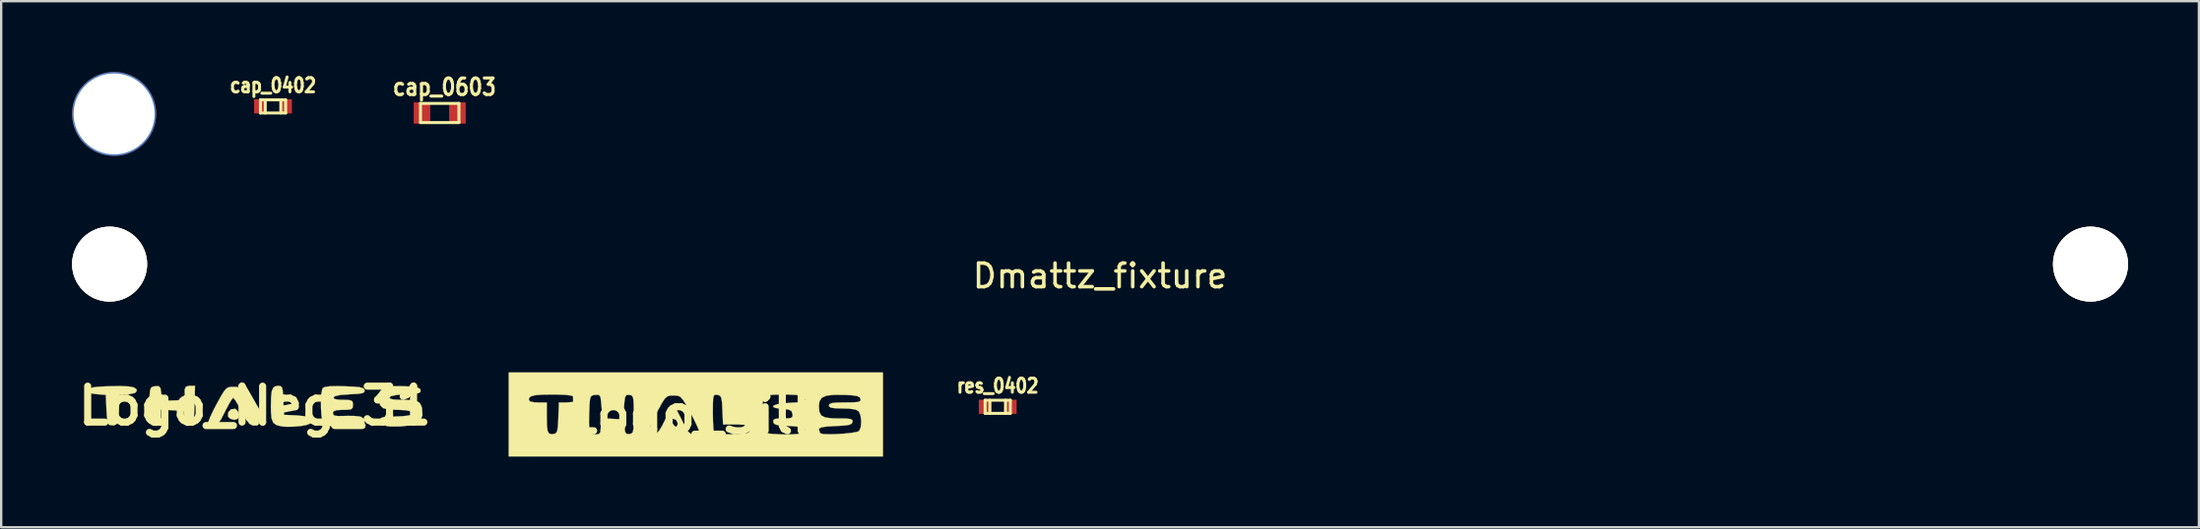
<source format=kicad_pcb>
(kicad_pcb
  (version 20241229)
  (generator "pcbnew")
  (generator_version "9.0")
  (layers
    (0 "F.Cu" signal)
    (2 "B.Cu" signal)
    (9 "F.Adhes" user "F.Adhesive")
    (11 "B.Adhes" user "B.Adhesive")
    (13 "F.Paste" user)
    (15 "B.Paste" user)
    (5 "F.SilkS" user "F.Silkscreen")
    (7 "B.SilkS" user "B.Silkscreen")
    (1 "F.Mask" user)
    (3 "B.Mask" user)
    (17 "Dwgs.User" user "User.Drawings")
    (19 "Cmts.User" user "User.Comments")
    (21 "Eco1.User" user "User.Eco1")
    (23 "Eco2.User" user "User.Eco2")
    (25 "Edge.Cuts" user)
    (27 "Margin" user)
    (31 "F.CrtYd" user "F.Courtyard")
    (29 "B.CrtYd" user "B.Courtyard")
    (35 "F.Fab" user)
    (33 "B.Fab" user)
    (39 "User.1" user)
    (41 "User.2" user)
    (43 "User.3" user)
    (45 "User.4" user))
  (footprint "Logo_Silk"
    (layer "F.Cu")
    (at 26.351 14.514)
    (property "Reference" "Logo_Silk" (at 0 0 0) (layer "F.SilkS") (effects (font (size 1.524 1.524) (thickness 0.3))))
    (attr through_hole)
    (fp_poly (pts (xy 7.959 1.778) (xy -7.874 1.778) (xy -7.874 -0.626) (xy -7.027 -0.626) (xy -6.965 -0.546) (xy -6.766 -0.511) (xy -6.646 -0.508) (xy -6.265 -0.508) (xy -6.265 0.113) (xy -6.259 0.473) (xy -6.231 0.695) (xy -6.17 0.806) (xy -6.063 0.837) (xy -5.972 0.829) (xy -5.884 0.799) (xy -5.829 0.717) (xy -5.798 0.547) (xy -5.783 0.319) (xy -4.479 0.319) (xy -4.468 0.589) (xy -4.427 0.748) (xy -4.349 0.824) (xy -4.224 0.846) (xy -4.194 0.847) (xy -4.056 0.829) (xy -3.995 0.744) (xy -3.979 0.544) (xy -3.979 0.504) (xy -3.979 0.161) (xy -3.493 0.186) (xy -3.006 0.212) (xy -2.979 0.534) (xy -2.948 0.745) (xy -2.881 0.828) (xy -2.767 0.831) (xy -2.681 0.808) (xy -2.651 0.775) (xy -1.982 0.775) (xy -1.871 0.832) (xy -1.747 0.847) (xy -1.632 0.815) (xy -1.518 0.702) (xy -1.383 0.479) (xy -1.334 0.381) (xy -1.101 0.381) (xy -1.075 0.543) (xy -0.968 0.583) (xy -0.91 0.577) (xy -0.751 0.493) (xy -0.72 0.381) (xy -0.789 0.23) (xy -0.91 0.185) (xy -1.051 0.195) (xy -1.098 0.313) (xy -1.101 0.381) (xy -1.334 0.381) (xy -1.266 0.247) (xy -1.123 -0.04) (xy -1.003 -0.262) (xy -0.929 -0.38) (xy -0.921 -0.388) (xy -0.862 -0.333) (xy -0.753 -0.157) (xy -0.615 0.106) (xy -0.564 0.212) (xy -0.405 0.532) (xy -0.285 0.724) (xy -0.18 0.819) (xy -0.066 0.846) (xy -0.052 0.847) (xy 0.124 0.823) (xy 0.2 0.781) (xy 0.179 0.684) (xy 0.09 0.474) (xy -0.05 0.184) (xy -0.17 -0.044) (xy -0.18 -0.062) (xy 0.762 -0.062) (xy 0.768 0.289) (xy 0.783 0.575) (xy 0.805 0.753) (xy 0.818 0.79) (xy 0.933 0.822) (xy 1.166 0.84) (xy 1.464 0.844) (xy 1.776 0.836) (xy 2.051 0.816) (xy 2.238 0.785) (xy 2.277 0.769) (xy 2.353 0.638) (xy 2.343 0.559) (xy 2.272 0.481) (xy 2.111 0.439) (xy 1.824 0.424) (xy 1.742 0.423) (xy 1.193 0.423) (xy 1.176 -0.000001) (xy 2.854 -0.000001) (xy 2.862 0.325) (xy 2.881 0.588) (xy 2.908 0.739) (xy 2.914 0.751) (xy 3.019 0.792) (xy 3.246 0.823) (xy 3.547 0.842) (xy 3.876 0.849) (xy 4.185 0.842) (xy 4.426 0.819) (xy 4.523 0.795) (xy 4.639 0.692) (xy 4.657 0.63) (xy 4.605 0.565) (xy 4.436 0.522) (xy 4.128 0.496) (xy 4.001 0.49) (xy 3.662 0.471) (xy 3.457 0.441) (xy 3.353 0.389) (xy 3.318 0.318) (xy 3.326 0.23) (xy 3.418 0.185) (xy 3.631 0.17) (xy 3.725 0.169) (xy 3.98 0.163) (xy 4.105 0.132) (xy 4.14 0.057) (xy 4.133 -0.021) (xy 4.092 -0.14) (xy 3.982 -0.203) (xy 3.756 -0.234) (xy 3.699 -0.238) (xy 3.426 -0.272) (xy 3.308 -0.322) (xy 3.325 -0.358) (xy 5.249 -0.358) (xy 5.269 -0.114) (xy 5.349 0.042) (xy 5.518 0.128) (xy 5.805 0.164) (xy 6.077 0.169) (xy 6.398 0.174) (xy 6.583 0.193) (xy 6.664 0.235) (xy 6.675 0.307) (xy 6.673 0.318) (xy 6.633 0.393) (xy 6.526 0.441) (xy 6.319 0.471) (xy 5.979 0.489) (xy 5.947 0.49) (xy 5.571 0.513) (xy 5.346 0.549) (xy 5.254 0.604) (xy 5.249 0.624) (xy 5.294 0.774) (xy 5.313 0.799) (xy 5.429 0.83) (xy 5.665 0.841) (xy 5.973 0.835) (xy 6.304 0.815) (xy 6.61 0.783) (xy 6.843 0.744) (xy 6.952 0.702) (xy 7.021 0.54) (xy 7.041 0.295) (xy 7.013 0.045) (xy 6.941 -0.129) (xy 6.804 -0.206) (xy 6.539 -0.246) (xy 6.255 -0.254) (xy 5.936 -0.262) (xy 5.755 -0.289) (xy 5.68 -0.344) (xy 5.673 -0.381) (xy 5.704 -0.446) (xy 5.82 -0.485) (xy 6.048 -0.504) (xy 6.356 -0.508) (xy 6.696 -0.512) (xy 6.898 -0.528) (xy 6.994 -0.565) (xy 7.015 -0.628) (xy 7.011 -0.656) (xy 6.969 -0.735) (xy 6.855 -0.784) (xy 6.636 -0.813) (xy 6.342 -0.829) (xy 5.884 -0.832) (xy 5.569 -0.796) (xy 5.374 -0.708) (xy 5.275 -0.56) (xy 5.249 -0.358) (xy 3.325 -0.358) (xy 3.335 -0.379) (xy 3.492 -0.434) (xy 3.77 -0.475) (xy 4.007 -0.49) (xy 4.362 -0.513) (xy 4.569 -0.551) (xy 4.653 -0.609) (xy 4.657 -0.63) (xy 4.623 -0.726) (xy 4.508 -0.791) (xy 4.285 -0.828) (xy 3.93 -0.845) (xy 3.681 -0.847) (xy 3.299 -0.835) (xy 3.035 -0.802) (xy 2.915 -0.752) (xy 2.914 -0.751) (xy 2.885 -0.624) (xy 2.864 -0.378) (xy 2.855 -0.06) (xy 2.854 -0.000001) (xy 1.176 -0.000001) (xy 1.168 -0.191) (xy 1.151 -0.509) (xy 1.122 -0.697) (xy 1.07 -0.79) (xy 0.982 -0.827) (xy 0.953 -0.831) (xy 0.864 -0.837) (xy 0.808 -0.801) (xy 0.778 -0.694) (xy 0.765 -0.485) (xy 0.762 -0.143) (xy 0.762 -0.062) (xy -0.18 -0.062) (xy -0.358 -0.387) (xy -0.491 -0.607) (xy -0.596 -0.732) (xy -0.7 -0.788) (xy -0.828 -0.804) (xy -0.904 -0.804) (xy -1.053 -0.799) (xy -1.165 -0.765) (xy -1.266 -0.676) (xy -1.381 -0.503) (xy -1.537 -0.22) (xy -1.627 -0.051) (xy -1.791 0.273) (xy -1.913 0.542) (xy -1.978 0.722) (xy -1.982 0.775) (xy -2.651 0.775) (xy -2.627 0.749) (xy -2.598 0.62) (xy -2.585 0.389) (xy -2.582 0.022) (xy -2.582 0) (xy -2.585 -0.374) (xy -2.597 -0.611) (xy -2.625 -0.744) (xy -2.678 -0.806) (xy -2.762 -0.83) (xy -2.767 -0.831) (xy -2.891 -0.824) (xy -2.952 -0.728) (xy -2.979 -0.534) (xy -3.006 -0.212) (xy -3.937 -0.212) (xy -3.964 -0.534) (xy -3.993 -0.743) (xy -4.059 -0.828) (xy -4.2 -0.833) (xy -4.218 -0.831) (xy -4.328 -0.811) (xy -4.397 -0.761) (xy -4.436 -0.644) (xy -4.456 -0.427) (xy -4.47 -0.092) (xy -4.479 0.319) (xy -5.783 0.319) (xy -5.779 0.253) (xy -5.775 0.148) (xy -5.75 -0.508) (xy -5.429 -0.508) (xy -5.157 -0.529) (xy -5.041 -0.594) (xy -5.073 -0.71) (xy -5.091 -0.733) (xy -5.211 -0.794) (xy -5.458 -0.831) (xy -5.851 -0.846) (xy -5.972 -0.847) (xy -6.423 -0.841) (xy -6.73 -0.819) (xy -6.916 -0.776) (xy -7.007 -0.708) (xy -7.027 -0.626) (xy -7.874 -0.626) (xy -7.874 -1.778) (xy 7.959 -1.778) (xy 7.959 1.778)) (stroke (width 0.01) (type solid)) (fill yes) (layer "F.SilkS")))
  (footprint "Logo_Neg_31"
    (layer "F.Cu")
    (at 7.736 14.149)
    (property "Reference" "Logo_Neg_31" (at 0 0 0) (layer "F.SilkS") (effects (font (size 1.524 1.524) (thickness 0.3))))
    (attr through_hole)
    (fp_poly (pts (xy -0.819 0.133) (xy -0.709 0.251) (xy -0.677 0.39) (xy -0.717 0.547) (xy -0.865 0.593) (xy -0.88 0.593) (xy -1.058 0.54) (xy -1.137 0.451) (xy -1.13 0.278) (xy -1.012 0.15) (xy -0.842 0.126) (xy -0.819 0.133)) (stroke (width 0.01) (type solid)) (fill yes) (layer "F.SilkS"))
    (fp_poly (pts (xy 1.082 -0.836) (xy 1.144 -0.778) (xy 1.178 -0.638) (xy 1.196 -0.38) (xy 1.203 -0.233) (xy 1.228 0.381) (xy 1.761 0.406) (xy 2.093 0.437) (xy 2.282 0.494) (xy 2.344 0.56) (xy 2.348 0.711) (xy 2.318 0.759) (xy 2.183 0.812) (xy 1.936 0.855) (xy 1.636 0.882) (xy 1.341 0.887) (xy 1.143 0.871) (xy 0.919 0.818) (xy 0.781 0.72) (xy 0.707 0.543) (xy 0.68 0.25) (xy 0.677 0.039) (xy 0.685 -0.363) (xy 0.715 -0.624) (xy 0.776 -0.772) (xy 0.879 -0.836) (xy 0.979 -0.847) (xy 1.082 -0.836)) (stroke (width 0.01) (type solid)) (fill yes) (layer "F.SilkS"))
    (fp_poly (pts (xy -5.342 -0.822) (xy -5.125 -0.781) (xy -5.017 -0.711) (xy -4.995 -0.638) (xy -5.073 -0.546) (xy -5.31 -0.495) (xy -5.355 -0.492) (xy -5.715 -0.466) (xy -5.757 0.169) (xy -5.783 0.495) (xy -5.817 0.689) (xy -5.87 0.786) (xy -5.956 0.826) (xy -5.991 0.831) (xy -6.155 0.81) (xy -6.221 0.747) (xy -6.246 0.608) (xy -6.269 0.357) (xy -6.284 0.085) (xy -6.308 -0.466) (xy -6.673 -0.492) (xy -6.905 -0.523) (xy -7.004 -0.582) (xy -7.01 -0.661) (xy -6.972 -0.73) (xy -6.869 -0.776) (xy -6.67 -0.805) (xy -6.344 -0.824) (xy -6.18 -0.829) (xy -5.686 -0.837) (xy -5.342 -0.822)) (stroke (width 0.01) (type solid)) (fill yes) (layer "F.SilkS"))
    (fp_poly (pts (xy -0.751 -0.799) (xy -0.639 -0.765) (xy -0.536 -0.675) (xy -0.417 -0.503) (xy -0.255 -0.222) (xy -0.159 -0.049) (xy 0.044 0.338) (xy 0.153 0.602) (xy 0.17 0.762) (xy 0.095 0.833) (xy -0.07 0.835) (xy -0.089 0.833) (xy -0.223 0.767) (xy -0.367 0.593) (xy -0.54 0.286) (xy -0.567 0.233) (xy -0.712 -0.041) (xy -0.834 -0.243) (xy -0.911 -0.336) (xy -0.918 -0.339) (xy -0.983 -0.268) (xy -1.097 -0.08) (xy -1.237 0.187) (xy -1.27 0.254) (xy -1.432 0.568) (xy -1.557 0.751) (xy -1.67 0.834) (xy -1.747 0.847) (xy -1.918 0.816) (xy -1.985 0.769) (xy -1.968 0.666) (xy -1.882 0.451) (xy -1.743 0.16) (xy -1.629 -0.057) (xy -1.443 -0.396) (xy -1.311 -0.613) (xy -1.205 -0.735) (xy -1.101 -0.79) (xy -0.97 -0.804) (xy -0.9 -0.804) (xy -0.751 -0.799)) (stroke (width 0.01) (type solid)) (fill yes) (layer "F.SilkS"))
    (fp_poly (pts (xy -2.558 -0.021) (xy -2.572 0.359) (xy -2.591 0.602) (xy -2.623 0.74) (xy -2.677 0.805) (xy -2.761 0.83) (xy -2.767 0.831) (xy -2.891 0.824) (xy -2.952 0.728) (xy -2.979 0.534) (xy -3.006 0.212) (xy -3.493 0.186) (xy -3.979 0.161) (xy -3.979 0.504) (xy -3.99 0.724) (xy -4.044 0.822) (xy -4.168 0.846) (xy -4.194 0.847) (xy -4.372 0.807) (xy -4.451 0.734) (xy -4.468 0.601) (xy -4.476 0.347) (xy -4.473 0.019) (xy -4.47 -0.092) (xy -4.456 -0.438) (xy -4.435 -0.651) (xy -4.395 -0.764) (xy -4.325 -0.812) (xy -4.218 -0.831) (xy -4.067 -0.831) (xy -3.996 -0.754) (xy -3.965 -0.557) (xy -3.964 -0.537) (xy -3.937 -0.217) (xy -3.535 -0.226) (xy -3.228 -0.235) (xy -3.054 -0.254) (xy -2.978 -0.295) (xy -2.962 -0.374) (xy -2.967 -0.445) (xy -2.972 -0.689) (xy -2.923 -0.809) (xy -2.796 -0.846) (xy -2.749 -0.847) (xy -2.534 -0.847) (xy -2.558 -0.021)) (stroke (width 0.01) (type solid)) (fill yes) (layer "F.SilkS"))
    (fp_poly (pts (xy 6.342 -0.829) (xy 6.679 -0.809) (xy 6.881 -0.777) (xy 6.981 -0.723) (xy 7.011 -0.66) (xy 7.003 -0.586) (xy 6.925 -0.539) (xy 6.744 -0.51) (xy 6.429 -0.492) (xy 6.383 -0.49) (xy 5.993 -0.462) (xy 5.761 -0.412) (xy 5.694 -0.36) (xy 5.724 -0.3) (xy 5.878 -0.266) (xy 6.176 -0.253) (xy 6.237 -0.253) (xy 6.601 -0.243) (xy 6.832 -0.207) (xy 6.967 -0.129) (xy 7.043 0.007) (xy 7.071 0.101) (xy 7.089 0.408) (xy 6.987 0.644) (xy 6.83 0.755) (xy 6.51 0.834) (xy 6.115 0.876) (xy 5.736 0.875) (xy 5.588 0.858) (xy 5.376 0.792) (xy 5.296 0.681) (xy 5.292 0.635) (xy 5.308 0.546) (xy 5.381 0.494) (xy 5.547 0.467) (xy 5.841 0.456) (xy 5.897 0.455) (xy 6.21 0.442) (xy 6.459 0.417) (xy 6.594 0.387) (xy 6.597 0.386) (xy 6.67 0.297) (xy 6.588 0.229) (xy 6.363 0.184) (xy 6.023 0.169) (xy 5.654 0.154) (xy 5.423 0.095) (xy 5.299 -0.028) (xy 5.253 -0.236) (xy 5.249 -0.358) (xy 5.279 -0.572) (xy 5.383 -0.715) (xy 5.585 -0.799) (xy 5.909 -0.833) (xy 6.342 -0.829)) (stroke (width 0.01) (type solid)) (fill yes) (layer "F.SilkS"))
    (fp_poly (pts (xy 3.774 -0.829) (xy 4.165 -0.813) (xy 4.417 -0.791) (xy 4.561 -0.755) (xy 4.626 -0.699) (xy 4.64 -0.66) (xy 4.633 -0.586) (xy 4.554 -0.539) (xy 4.373 -0.51) (xy 4.058 -0.492) (xy 4.013 -0.49) (xy 3.623 -0.462) (xy 3.39 -0.412) (xy 3.323 -0.36) (xy 3.358 -0.293) (xy 3.53 -0.259) (xy 3.718 -0.254) (xy 3.972 -0.247) (xy 4.1 -0.213) (xy 4.144 -0.131) (xy 4.149 -0.042) (xy 4.135 0.083) (xy 4.065 0.146) (xy 3.895 0.167) (xy 3.725 0.169) (xy 3.459 0.183) (xy 3.329 0.23) (xy 3.302 0.296) (xy 3.314 0.373) (xy 3.372 0.416) (xy 3.514 0.432) (xy 3.776 0.429) (xy 3.914 0.425) (xy 4.194 0.428) (xy 4.425 0.451) (xy 4.486 0.465) (xy 4.627 0.564) (xy 4.645 0.694) (xy 4.543 0.788) (xy 4.348 0.831) (xy 4.051 0.864) (xy 3.72 0.884) (xy 3.42 0.886) (xy 3.26 0.872) (xy 3.041 0.815) (xy 2.9 0.744) (xy 2.85 0.621) (xy 2.815 0.381) (xy 2.796 0.076) (xy 2.796 -0.243) (xy 2.813 -0.523) (xy 2.851 -0.714) (xy 2.866 -0.744) (xy 2.955 -0.797) (xy 3.154 -0.827) (xy 3.485 -0.834) (xy 3.774 -0.829)) (stroke (width 0.01) (type solid)) (fill yes) (layer "F.SilkS")))
  (footprint "cap_0402"
    (layer "F.Cu")
    (at 8.503 1.459)
    (property "Reference" "cap_0402" (at 0 -0.889 0) (layer "F.SilkS") (effects (font (size 0.6 0.5) (thickness 0.125))))
    (attr through_hole)
    (fp_line (start -0.533 -0.279) (end -0.533 0.279) (stroke (width 0.127) (type solid)) (layer "F.SilkS"))
    (fp_line (start -0.533 0.279) (end 0.533 0.279) (stroke (width 0.127) (type solid)) (layer "F.SilkS"))
    (fp_line (start -0.33 -0.279) (end -0.33 0.279) (stroke (width 0.127) (type solid)) (layer "F.SilkS"))
    (fp_line (start 0.33 -0.279) (end 0.33 0.279) (stroke (width 0.127) (type solid)) (layer "F.SilkS"))
    (fp_line (start 0.533 -0.279) (end -0.533 -0.279) (stroke (width 0.127) (type solid)) (layer "F.SilkS"))
    (fp_line (start 0.533 0.279) (end 0.533 -0.279) (stroke (width 0.127) (type solid)) (layer "F.SilkS"))
    (pad "1" smd rect (at 0.55 0) (size 0.5 0.6) (layers "F.Cu" "F.Mask" "F.Paste"))
    (pad "2" smd rect (at -0.55 0) (size 0.5 0.6) (layers "F.Cu" "F.Mask" "F.Paste")))
  (footprint "0.135_Hole"
    (layer "F.Cu")
    (at 1.778 1.778)
    (property "Reference" "0.135_Hole" (at 0.1 -0.1 0) (layer "F.SilkS") (effects (font (size 0.127 0.127) (thickness 0.025))))
    (attr through_hole)
    (pad "1" thru_hole circle (at 0 0) (size 3.556 3.556) (drill 3.429) (layers "*.Cu")))
  (footprint "res_0402"
    (layer "F.Cu")
    (at 39.167 14.19)
    (property "Reference" "res_0402" (at 0 -0.889 0) (layer "F.SilkS") (effects (font (size 0.6 0.5) (thickness 0.125))))
    (attr through_hole)
    (fp_line (start -0.533 -0.279) (end -0.533 0.279) (stroke (width 0.127) (type solid)) (layer "F.SilkS"))
    (fp_line (start -0.533 0.279) (end 0.533 0.279) (stroke (width 0.127) (type solid)) (layer "F.SilkS"))
    (fp_line (start -0.33 -0.279) (end -0.33 0.279) (stroke (width 0.127) (type solid)) (layer "F.SilkS"))
    (fp_line (start 0.33 -0.279) (end 0.33 0.279) (stroke (width 0.127) (type solid)) (layer "F.SilkS"))
    (fp_line (start 0.533 -0.279) (end -0.533 -0.279) (stroke (width 0.127) (type solid)) (layer "F.SilkS"))
    (fp_line (start 0.533 0.279) (end 0.533 -0.279) (stroke (width 0.127) (type solid)) (layer "F.SilkS"))
    (pad "1" smd rect (at 0.55 0) (size 0.5 0.6) (layers "F.Cu" "F.Mask" "F.Paste"))
    (pad "2" smd rect (at -0.55 0) (size 0.5 0.6) (layers "F.Cu" "F.Mask" "F.Paste")))
  (footprint "Dmattz_fixture"
    (layer "F.Cu")
    (at 43.498 8.143)
    (property "Reference" "Dmattz_fixture" (at 0 0.5 0) (layer "F.SilkS") (effects (font (size 1 1) (thickness 0.15))))
    (attr through_hole)
    (pad "1" thru_hole circle (at -41.91 0) (size 3.175 3.175) (drill 3.175) (layers "*.Cu" "*.Mask" "F.SilkS"))
    (pad "2" thru_hole circle (at 41.91 0) (size 3.175 3.175) (drill 3.175) (layers "*.Cu" "*.Mask" "F.SilkS")))
  (footprint "cap_0603"
    (layer "F.Cu")
    (at 15.556 1.738)
    (property "Reference" "cap_0603" (at 0.2 -1.1 0) (layer "F.SilkS") (effects (font (size 0.7 0.6) (thickness 0.13))))
    (attr through_hole)
    (fp_line (start -0.813 -0.406) (end 0.813 -0.406) (stroke (width 0.127) (type solid)) (layer "F.SilkS"))
    (fp_line (start -0.813 0.406) (end -0.813 -0.406) (stroke (width 0.127) (type solid)) (layer "F.SilkS"))
    (fp_line (start 0.813 -0.406) (end 0.813 0.406) (stroke (width 0.127) (type solid)) (layer "F.SilkS"))
    (fp_line (start 0.813 0.406) (end -0.813 0.406) (stroke (width 0.127) (type solid)) (layer "F.SilkS"))
    (pad "1" smd rect (at 0.75 0) (size 0.7 0.9) (layers "F.Cu" "F.Mask" "F.Paste"))
    (pad "2" smd rect (at -0.75 0) (size 0.7 0.9) (layers "F.Cu" "F.Mask" "F.Paste")))
  (gr_rect
    (start -3 -3)
    (end 89.995 19.297)
    (stroke (width 0.1) (type default))
    (fill no)
    (layer "Edge.Cuts")))
</source>
